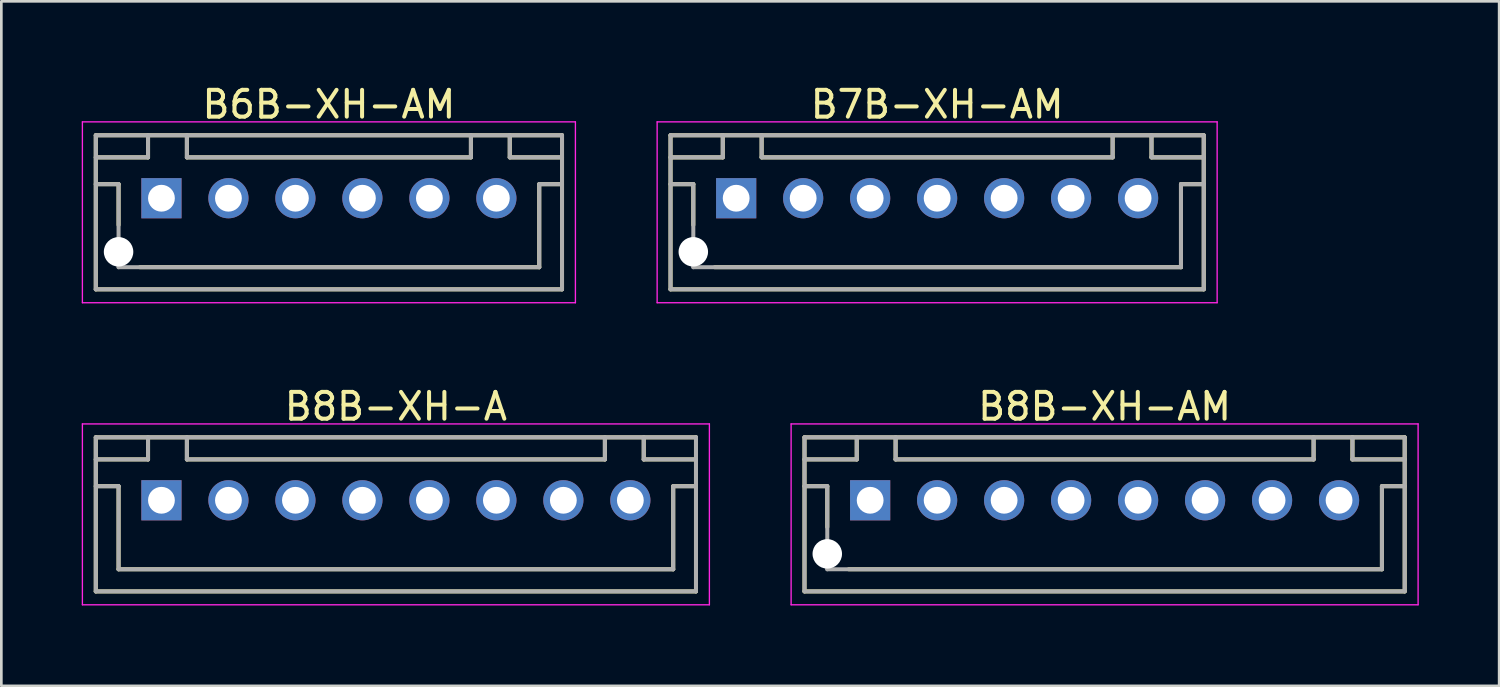
<source format=kicad_pcb>
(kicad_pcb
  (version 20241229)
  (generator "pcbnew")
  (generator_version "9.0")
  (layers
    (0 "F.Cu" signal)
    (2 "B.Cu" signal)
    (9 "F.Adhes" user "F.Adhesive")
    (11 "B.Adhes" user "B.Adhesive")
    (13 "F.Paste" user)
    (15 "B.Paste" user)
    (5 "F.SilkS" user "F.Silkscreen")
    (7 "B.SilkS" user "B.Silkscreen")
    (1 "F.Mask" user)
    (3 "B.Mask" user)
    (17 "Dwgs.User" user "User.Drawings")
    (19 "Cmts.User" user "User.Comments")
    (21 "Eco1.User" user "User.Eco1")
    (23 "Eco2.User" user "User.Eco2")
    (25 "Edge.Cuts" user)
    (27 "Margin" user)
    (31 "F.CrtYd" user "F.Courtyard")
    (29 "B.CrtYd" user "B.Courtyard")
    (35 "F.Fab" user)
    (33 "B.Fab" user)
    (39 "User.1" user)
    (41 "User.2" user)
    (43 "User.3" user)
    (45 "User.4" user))
  (footprint "B6B-XH-AM"
    (layer "F.Cu")
    (at 9.225 4.348)
    (property "Reference" "B6B-XH-AM" (at 0 -3.5 0) (layer "F.SilkS") (effects (font (size 1 1) (thickness 0.15))))
    (attr smd)
    (fp_line (start -8.7 -2.35) (end -8.7 3.4) (stroke (width 0.15) (type solid)) (layer "F.SilkS"))
    (fp_line (start -8.7 -2.35) (end 8.7 -2.35) (stroke (width 0.15) (type solid)) (layer "F.SilkS"))
    (fp_line (start -8.7 -1.525) (end -6.75 -1.525) (stroke (width 0.15) (type solid)) (layer "F.SilkS"))
    (fp_line (start -8.7 -0.525) (end -7.85 -0.525) (stroke (width 0.15) (type solid)) (layer "F.SilkS"))
    (fp_line (start -8.7 3.4) (end 8.7 3.4) (stroke (width 0.15) (type solid)) (layer "F.SilkS"))
    (fp_line (start -7.85 -0.525) (end -7.85 1) (stroke (width 0.15) (type solid)) (layer "F.SilkS"))
    (fp_line (start -7.05 2.575) (end 7.85 2.575) (stroke (width 0.15) (type solid)) (layer "F.SilkS"))
    (fp_line (start -6.75 -2.35) (end -6.75 -1.525) (stroke (width 0.15) (type solid)) (layer "F.SilkS"))
    (fp_line (start -5.3 -2.35) (end -5.3 -1.525) (stroke (width 0.15) (type solid)) (layer "F.SilkS"))
    (fp_line (start -5.3 -1.525) (end 5.3 -1.525) (stroke (width 0.15) (type solid)) (layer "F.SilkS"))
    (fp_line (start 5.3 -2.35) (end 5.3 -1.525) (stroke (width 0.15) (type solid)) (layer "F.SilkS"))
    (fp_line (start 6.75 -2.35) (end 6.75 -1.525) (stroke (width 0.15) (type solid)) (layer "F.SilkS"))
    (fp_line (start 6.75 -1.525) (end 8.7 -1.525) (stroke (width 0.15) (type solid)) (layer "F.SilkS"))
    (fp_line (start 7.85 -0.525) (end 7.85 2.575) (stroke (width 0.15) (type solid)) (layer "F.SilkS"))
    (fp_line (start 7.85 -0.525) (end 8.7 -0.525) (stroke (width 0.15) (type solid)) (layer "F.SilkS"))
    (fp_line (start 8.7 -2.35) (end 8.7 3.4) (stroke (width 0.15) (type solid)) (layer "F.SilkS"))
    (fp_line (start -9.2 -2.85) (end -9.2 3.9) (stroke (width 0.05) (type solid)) (layer "F.CrtYd"))
    (fp_line (start -9.2 -2.85) (end 9.2 -2.85) (stroke (width 0.05) (type solid)) (layer "F.CrtYd"))
    (fp_line (start -9.2 3.9) (end 9.2 3.9) (stroke (width 0.05) (type solid)) (layer "F.CrtYd"))
    (fp_line (start 9.2 -2.85) (end 9.2 3.9) (stroke (width 0.05) (type solid)) (layer "F.CrtYd"))
    (fp_line (start -8.7 -2.35) (end -8.7 3.4) (stroke (width 0.15) (type solid)) (layer "F.Fab"))
    (fp_line (start -8.7 -2.35) (end 8.7 -2.35) (stroke (width 0.15) (type solid)) (layer "F.Fab"))
    (fp_line (start -8.7 -1.525) (end -6.75 -1.525) (stroke (width 0.15) (type solid)) (layer "F.Fab"))
    (fp_line (start -8.7 -0.525) (end -7.85 -0.525) (stroke (width 0.15) (type solid)) (layer "F.Fab"))
    (fp_line (start -8.7 3.4) (end 8.7 3.4) (stroke (width 0.15) (type solid)) (layer "F.Fab"))
    (fp_line (start -7.85 -0.525) (end -7.85 2.575) (stroke (width 0.15) (type solid)) (layer "F.Fab"))
    (fp_line (start -7.85 2.575) (end 7.85 2.575) (stroke (width 0.15) (type solid)) (layer "F.Fab"))
    (fp_line (start -6.75 -2.35) (end -6.75 -1.525) (stroke (width 0.15) (type solid)) (layer "F.Fab"))
    (fp_line (start -5.3 -2.35) (end -5.3 -1.525) (stroke (width 0.15) (type solid)) (layer "F.Fab"))
    (fp_line (start -5.3 -1.525) (end 5.3 -1.525) (stroke (width 0.15) (type solid)) (layer "F.Fab"))
    (fp_line (start 5.3 -2.35) (end 5.3 -1.525) (stroke (width 0.15) (type solid)) (layer "F.Fab"))
    (fp_line (start 6.75 -2.35) (end 6.75 -1.525) (stroke (width 0.15) (type solid)) (layer "F.Fab"))
    (fp_line (start 6.75 -1.525) (end 8.7 -1.525) (stroke (width 0.15) (type solid)) (layer "F.Fab"))
    (fp_line (start 7.85 -0.525) (end 7.85 2.575) (stroke (width 0.15) (type solid)) (layer "F.Fab"))
    (fp_line (start 7.85 -0.525) (end 8.7 -0.525) (stroke (width 0.15) (type solid)) (layer "F.Fab"))
    (fp_line (start 8.7 -2.35) (end 8.7 3.4) (stroke (width 0.15) (type solid)) (layer "F.Fab"))
    (pad "" np_thru_hole circle (at -7.85 2) (size 1.1 1.1) (drill 1.1) (layers "*.Cu" "*.Mask"))
    (pad "1" thru_hole rect (at -6.25 0) (size 1.5 1.5) (drill 1) (layers "*.Cu" "*.Mask"))
    (pad "2" thru_hole circle (at -3.75 0) (size 1.5 1.5) (drill 1) (layers "*.Cu" "*.Mask"))
    (pad "3" thru_hole circle (at -1.25 0) (size 1.5 1.5) (drill 1) (layers "*.Cu" "*.Mask"))
    (pad "4" thru_hole circle (at 1.25 0) (size 1.5 1.5) (drill 1) (layers "*.Cu" "*.Mask"))
    (pad "5" thru_hole circle (at 3.75 0) (size 1.5 1.5) (drill 1) (layers "*.Cu" "*.Mask"))
    (pad "6" thru_hole circle (at 6.25 0) (size 1.5 1.5) (drill 1) (layers "*.Cu" "*.Mask")))
  (footprint "B8B-XH-A"
    (layer "F.Cu")
    (at 11.725 15.621)
    (property "Reference" "B8B-XH-A" (at 0 -3.5 0) (layer "F.SilkS") (effects (font (size 1 1) (thickness 0.15))))
    (attr smd)
    (fp_line (start -11.2 -2.35) (end -11.2 3.4) (stroke (width 0.15) (type solid)) (layer "F.SilkS"))
    (fp_line (start -11.2 -2.35) (end 11.2 -2.35) (stroke (width 0.15) (type solid)) (layer "F.SilkS"))
    (fp_line (start -11.2 -1.525) (end -9.25 -1.525) (stroke (width 0.15) (type solid)) (layer "F.SilkS"))
    (fp_line (start -11.2 -0.525) (end -10.35 -0.525) (stroke (width 0.15) (type solid)) (layer "F.SilkS"))
    (fp_line (start -11.2 3.4) (end 11.2 3.4) (stroke (width 0.15) (type solid)) (layer "F.SilkS"))
    (fp_line (start -10.35 -0.525) (end -10.35 2.575) (stroke (width 0.15) (type solid)) (layer "F.SilkS"))
    (fp_line (start -10.35 2.575) (end 10.35 2.575) (stroke (width 0.15) (type solid)) (layer "F.SilkS"))
    (fp_line (start -9.25 -2.35) (end -9.25 -1.525) (stroke (width 0.15) (type solid)) (layer "F.SilkS"))
    (fp_line (start -7.8 -2.35) (end -7.8 -1.525) (stroke (width 0.15) (type solid)) (layer "F.SilkS"))
    (fp_line (start -7.8 -1.525) (end 7.8 -1.525) (stroke (width 0.15) (type solid)) (layer "F.SilkS"))
    (fp_line (start 7.8 -2.35) (end 7.8 -1.525) (stroke (width 0.15) (type solid)) (layer "F.SilkS"))
    (fp_line (start 9.25 -2.35) (end 9.25 -1.525) (stroke (width 0.15) (type solid)) (layer "F.SilkS"))
    (fp_line (start 9.25 -1.525) (end 11.2 -1.525) (stroke (width 0.15) (type solid)) (layer "F.SilkS"))
    (fp_line (start 10.35 -0.525) (end 10.35 2.575) (stroke (width 0.15) (type solid)) (layer "F.SilkS"))
    (fp_line (start 10.35 -0.525) (end 11.2 -0.525) (stroke (width 0.15) (type solid)) (layer "F.SilkS"))
    (fp_line (start 11.2 -2.35) (end 11.2 3.4) (stroke (width 0.15) (type solid)) (layer "F.SilkS"))
    (fp_line (start -11.7 -2.85) (end -11.7 3.9) (stroke (width 0.05) (type solid)) (layer "F.CrtYd"))
    (fp_line (start -11.7 -2.85) (end 11.7 -2.85) (stroke (width 0.05) (type solid)) (layer "F.CrtYd"))
    (fp_line (start -11.7 3.9) (end 11.7 3.9) (stroke (width 0.05) (type solid)) (layer "F.CrtYd"))
    (fp_line (start 11.7 -2.85) (end 11.7 3.9) (stroke (width 0.05) (type solid)) (layer "F.CrtYd"))
    (fp_line (start -11.2 -2.35) (end -11.2 3.4) (stroke (width 0.15) (type solid)) (layer "F.Fab"))
    (fp_line (start -11.2 -2.35) (end 11.2 -2.35) (stroke (width 0.15) (type solid)) (layer "F.Fab"))
    (fp_line (start -11.2 -1.525) (end -9.25 -1.525) (stroke (width 0.15) (type solid)) (layer "F.Fab"))
    (fp_line (start -11.2 -0.525) (end -10.35 -0.525) (stroke (width 0.15) (type solid)) (layer "F.Fab"))
    (fp_line (start -11.2 3.4) (end 11.2 3.4) (stroke (width 0.15) (type solid)) (layer "F.Fab"))
    (fp_line (start -10.35 -0.525) (end -10.35 2.575) (stroke (width 0.15) (type solid)) (layer "F.Fab"))
    (fp_line (start -10.35 2.575) (end 10.35 2.575) (stroke (width 0.15) (type solid)) (layer "F.Fab"))
    (fp_line (start -9.25 -2.35) (end -9.25 -1.525) (stroke (width 0.15) (type solid)) (layer "F.Fab"))
    (fp_line (start -7.8 -2.35) (end -7.8 -1.525) (stroke (width 0.15) (type solid)) (layer "F.Fab"))
    (fp_line (start -7.8 -1.525) (end 7.8 -1.525) (stroke (width 0.15) (type solid)) (layer "F.Fab"))
    (fp_line (start 7.8 -2.35) (end 7.8 -1.525) (stroke (width 0.15) (type solid)) (layer "F.Fab"))
    (fp_line (start 9.25 -2.35) (end 9.25 -1.525) (stroke (width 0.15) (type solid)) (layer "F.Fab"))
    (fp_line (start 9.25 -1.525) (end 11.2 -1.525) (stroke (width 0.15) (type solid)) (layer "F.Fab"))
    (fp_line (start 10.35 -0.525) (end 10.35 2.575) (stroke (width 0.15) (type solid)) (layer "F.Fab"))
    (fp_line (start 10.35 -0.525) (end 11.2 -0.525) (stroke (width 0.15) (type solid)) (layer "F.Fab"))
    (fp_line (start 11.2 -2.35) (end 11.2 3.4) (stroke (width 0.15) (type solid)) (layer "F.Fab"))
    (pad "1" thru_hole rect (at -8.75 0) (size 1.5 1.5) (drill 1) (layers "*.Cu" "*.Mask"))
    (pad "2" thru_hole circle (at -6.25 0) (size 1.5 1.5) (drill 1) (layers "*.Cu" "*.Mask"))
    (pad "3" thru_hole circle (at -3.75 0) (size 1.5 1.5) (drill 1) (layers "*.Cu" "*.Mask"))
    (pad "4" thru_hole circle (at -1.25 0) (size 1.5 1.5) (drill 1) (layers "*.Cu" "*.Mask"))
    (pad "5" thru_hole circle (at 1.25 0) (size 1.5 1.5) (drill 1) (layers "*.Cu" "*.Mask"))
    (pad "6" thru_hole circle (at 3.75 0) (size 1.5 1.5) (drill 1) (layers "*.Cu" "*.Mask"))
    (pad "7" thru_hole circle (at 6.25 0) (size 1.5 1.5) (drill 1) (layers "*.Cu" "*.Mask"))
    (pad "8" thru_hole circle (at 8.75 0) (size 1.5 1.5) (drill 1) (layers "*.Cu" "*.Mask")))
  (footprint "B7B-XH-AM"
    (layer "F.Cu")
    (at 31.925 4.348)
    (property "Reference" "B7B-XH-AM" (at 0 -3.5 0) (layer "F.SilkS") (effects (font (size 1 1) (thickness 0.15))))
    (attr smd)
    (fp_line (start -9.95 -2.35) (end -9.95 3.4) (stroke (width 0.15) (type solid)) (layer "F.SilkS"))
    (fp_line (start -9.95 -2.35) (end 9.95 -2.35) (stroke (width 0.15) (type solid)) (layer "F.SilkS"))
    (fp_line (start -9.95 -1.525) (end -8 -1.525) (stroke (width 0.15) (type solid)) (layer "F.SilkS"))
    (fp_line (start -9.95 -0.525) (end -9.1 -0.525) (stroke (width 0.15) (type solid)) (layer "F.SilkS"))
    (fp_line (start -9.95 3.4) (end 9.95 3.4) (stroke (width 0.15) (type solid)) (layer "F.SilkS"))
    (fp_line (start -9.1 -0.525) (end -9.1 1) (stroke (width 0.15) (type solid)) (layer "F.SilkS"))
    (fp_line (start -8.3 2.575) (end 9.1 2.575) (stroke (width 0.15) (type solid)) (layer "F.SilkS"))
    (fp_line (start -8 -2.35) (end -8 -1.525) (stroke (width 0.15) (type solid)) (layer "F.SilkS"))
    (fp_line (start -6.55 -2.35) (end -6.55 -1.525) (stroke (width 0.15) (type solid)) (layer "F.SilkS"))
    (fp_line (start -6.55 -1.525) (end 6.55 -1.525) (stroke (width 0.15) (type solid)) (layer "F.SilkS"))
    (fp_line (start 6.55 -2.35) (end 6.55 -1.525) (stroke (width 0.15) (type solid)) (layer "F.SilkS"))
    (fp_line (start 8 -2.35) (end 8 -1.525) (stroke (width 0.15) (type solid)) (layer "F.SilkS"))
    (fp_line (start 8 -1.525) (end 9.95 -1.525) (stroke (width 0.15) (type solid)) (layer "F.SilkS"))
    (fp_line (start 9.1 -0.525) (end 9.1 2.575) (stroke (width 0.15) (type solid)) (layer "F.SilkS"))
    (fp_line (start 9.1 -0.525) (end 9.95 -0.525) (stroke (width 0.15) (type solid)) (layer "F.SilkS"))
    (fp_line (start 9.95 -2.35) (end 9.95 3.4) (stroke (width 0.15) (type solid)) (layer "F.SilkS"))
    (fp_line (start -10.45 -2.85) (end -10.45 3.9) (stroke (width 0.05) (type solid)) (layer "F.CrtYd"))
    (fp_line (start -10.45 -2.85) (end 10.45 -2.85) (stroke (width 0.05) (type solid)) (layer "F.CrtYd"))
    (fp_line (start -10.45 3.9) (end 10.45 3.9) (stroke (width 0.05) (type solid)) (layer "F.CrtYd"))
    (fp_line (start 10.45 -2.85) (end 10.45 3.9) (stroke (width 0.05) (type solid)) (layer "F.CrtYd"))
    (fp_line (start -9.95 -2.35) (end -9.95 3.4) (stroke (width 0.15) (type solid)) (layer "F.Fab"))
    (fp_line (start -9.95 -2.35) (end 9.95 -2.35) (stroke (width 0.15) (type solid)) (layer "F.Fab"))
    (fp_line (start -9.95 -1.525) (end -8 -1.525) (stroke (width 0.15) (type solid)) (layer "F.Fab"))
    (fp_line (start -9.95 -0.525) (end -9.1 -0.525) (stroke (width 0.15) (type solid)) (layer "F.Fab"))
    (fp_line (start -9.95 3.4) (end 9.95 3.4) (stroke (width 0.15) (type solid)) (layer "F.Fab"))
    (fp_line (start -9.1 -0.525) (end -9.1 2.575) (stroke (width 0.15) (type solid)) (layer "F.Fab"))
    (fp_line (start -9.1 2.575) (end 9.1 2.575) (stroke (width 0.15) (type solid)) (layer "F.Fab"))
    (fp_line (start -8 -2.35) (end -8 -1.525) (stroke (width 0.15) (type solid)) (layer "F.Fab"))
    (fp_line (start -6.55 -2.35) (end -6.55 -1.525) (stroke (width 0.15) (type solid)) (layer "F.Fab"))
    (fp_line (start -6.55 -1.525) (end 6.55 -1.525) (stroke (width 0.15) (type solid)) (layer "F.Fab"))
    (fp_line (start 6.55 -2.35) (end 6.55 -1.525) (stroke (width 0.15) (type solid)) (layer "F.Fab"))
    (fp_line (start 8 -2.35) (end 8 -1.525) (stroke (width 0.15) (type solid)) (layer "F.Fab"))
    (fp_line (start 8 -1.525) (end 9.95 -1.525) (stroke (width 0.15) (type solid)) (layer "F.Fab"))
    (fp_line (start 9.1 -0.525) (end 9.1 2.575) (stroke (width 0.15) (type solid)) (layer "F.Fab"))
    (fp_line (start 9.1 -0.525) (end 9.95 -0.525) (stroke (width 0.15) (type solid)) (layer "F.Fab"))
    (fp_line (start 9.95 -2.35) (end 9.95 3.4) (stroke (width 0.15) (type solid)) (layer "F.Fab"))
    (pad "" np_thru_hole circle (at -9.1 2) (size 1.1 1.1) (drill 1.1) (layers "*.Cu" "*.Mask"))
    (pad "1" thru_hole rect (at -7.5 0) (size 1.5 1.5) (drill 1) (layers "*.Cu" "*.Mask"))
    (pad "2" thru_hole circle (at -5 0) (size 1.5 1.5) (drill 1) (layers "*.Cu" "*.Mask"))
    (pad "3" thru_hole circle (at -2.5 0) (size 1.5 1.5) (drill 1) (layers "*.Cu" "*.Mask"))
    (pad "4" thru_hole circle (at 0 0) (size 1.5 1.5) (drill 1) (layers "*.Cu" "*.Mask"))
    (pad "5" thru_hole circle (at 2.5 0) (size 1.5 1.5) (drill 1) (layers "*.Cu" "*.Mask"))
    (pad "6" thru_hole circle (at 5 0) (size 1.5 1.5) (drill 1) (layers "*.Cu" "*.Mask"))
    (pad "7" thru_hole circle (at 7.5 0) (size 1.5 1.5) (drill 1) (layers "*.Cu" "*.Mask")))
  (footprint "B8B-XH-AM"
    (layer "F.Cu")
    (at 38.175 15.621)
    (property "Reference" "B8B-XH-AM" (at 0 -3.5 0) (layer "F.SilkS") (effects (font (size 1 1) (thickness 0.15))))
    (attr smd)
    (fp_line (start -11.2 -2.35) (end -11.2 3.4) (stroke (width 0.15) (type solid)) (layer "F.SilkS"))
    (fp_line (start -11.2 -2.35) (end 11.2 -2.35) (stroke (width 0.15) (type solid)) (layer "F.SilkS"))
    (fp_line (start -11.2 -1.525) (end -9.25 -1.525) (stroke (width 0.15) (type solid)) (layer "F.SilkS"))
    (fp_line (start -11.2 -0.525) (end -10.35 -0.525) (stroke (width 0.15) (type solid)) (layer "F.SilkS"))
    (fp_line (start -11.2 3.4) (end 11.2 3.4) (stroke (width 0.15) (type solid)) (layer "F.SilkS"))
    (fp_line (start -10.35 -0.525) (end -10.35 1) (stroke (width 0.15) (type solid)) (layer "F.SilkS"))
    (fp_line (start -9.55 2.575) (end 10.35 2.575) (stroke (width 0.15) (type solid)) (layer "F.SilkS"))
    (fp_line (start -9.25 -2.35) (end -9.25 -1.525) (stroke (width 0.15) (type solid)) (layer "F.SilkS"))
    (fp_line (start -7.8 -2.35) (end -7.8 -1.525) (stroke (width 0.15) (type solid)) (layer "F.SilkS"))
    (fp_line (start -7.8 -1.525) (end 7.8 -1.525) (stroke (width 0.15) (type solid)) (layer "F.SilkS"))
    (fp_line (start 7.8 -2.35) (end 7.8 -1.525) (stroke (width 0.15) (type solid)) (layer "F.SilkS"))
    (fp_line (start 9.25 -2.35) (end 9.25 -1.525) (stroke (width 0.15) (type solid)) (layer "F.SilkS"))
    (fp_line (start 9.25 -1.525) (end 11.2 -1.525) (stroke (width 0.15) (type solid)) (layer "F.SilkS"))
    (fp_line (start 10.35 -0.525) (end 10.35 2.575) (stroke (width 0.15) (type solid)) (layer "F.SilkS"))
    (fp_line (start 10.35 -0.525) (end 11.2 -0.525) (stroke (width 0.15) (type solid)) (layer "F.SilkS"))
    (fp_line (start 11.2 -2.35) (end 11.2 3.4) (stroke (width 0.15) (type solid)) (layer "F.SilkS"))
    (fp_line (start -11.7 -2.85) (end -11.7 3.9) (stroke (width 0.05) (type solid)) (layer "F.CrtYd"))
    (fp_line (start -11.7 -2.85) (end 11.7 -2.85) (stroke (width 0.05) (type solid)) (layer "F.CrtYd"))
    (fp_line (start -11.7 3.9) (end 11.7 3.9) (stroke (width 0.05) (type solid)) (layer "F.CrtYd"))
    (fp_line (start 11.7 -2.85) (end 11.7 3.9) (stroke (width 0.05) (type solid)) (layer "F.CrtYd"))
    (fp_line (start -11.2 -2.35) (end -11.2 3.4) (stroke (width 0.15) (type solid)) (layer "F.Fab"))
    (fp_line (start -11.2 -2.35) (end 11.2 -2.35) (stroke (width 0.15) (type solid)) (layer "F.Fab"))
    (fp_line (start -11.2 -1.525) (end -9.25 -1.525) (stroke (width 0.15) (type solid)) (layer "F.Fab"))
    (fp_line (start -11.2 -0.525) (end -10.35 -0.525) (stroke (width 0.15) (type solid)) (layer "F.Fab"))
    (fp_line (start -11.2 3.4) (end 11.2 3.4) (stroke (width 0.15) (type solid)) (layer "F.Fab"))
    (fp_line (start -10.35 -0.525) (end -10.35 2.575) (stroke (width 0.15) (type solid)) (layer "F.Fab"))
    (fp_line (start -10.35 2.575) (end 10.35 2.575) (stroke (width 0.15) (type solid)) (layer "F.Fab"))
    (fp_line (start -9.25 -2.35) (end -9.25 -1.525) (stroke (width 0.15) (type solid)) (layer "F.Fab"))
    (fp_line (start -7.8 -2.35) (end -7.8 -1.525) (stroke (width 0.15) (type solid)) (layer "F.Fab"))
    (fp_line (start -7.8 -1.525) (end 7.8 -1.525) (stroke (width 0.15) (type solid)) (layer "F.Fab"))
    (fp_line (start 7.8 -2.35) (end 7.8 -1.525) (stroke (width 0.15) (type solid)) (layer "F.Fab"))
    (fp_line (start 9.25 -2.35) (end 9.25 -1.525) (stroke (width 0.15) (type solid)) (layer "F.Fab"))
    (fp_line (start 9.25 -1.525) (end 11.2 -1.525) (stroke (width 0.15) (type solid)) (layer "F.Fab"))
    (fp_line (start 10.35 -0.525) (end 10.35 2.575) (stroke (width 0.15) (type solid)) (layer "F.Fab"))
    (fp_line (start 10.35 -0.525) (end 11.2 -0.525) (stroke (width 0.15) (type solid)) (layer "F.Fab"))
    (fp_line (start 11.2 -2.35) (end 11.2 3.4) (stroke (width 0.15) (type solid)) (layer "F.Fab"))
    (pad "" np_thru_hole circle (at -10.35 2) (size 1.1 1.1) (drill 1.1) (layers "*.Cu" "*.Mask"))
    (pad "1" thru_hole rect (at -8.75 0) (size 1.5 1.5) (drill 1) (layers "*.Cu" "*.Mask"))
    (pad "2" thru_hole circle (at -6.25 0) (size 1.5 1.5) (drill 1) (layers "*.Cu" "*.Mask"))
    (pad "3" thru_hole circle (at -3.75 0) (size 1.5 1.5) (drill 1) (layers "*.Cu" "*.Mask"))
    (pad "4" thru_hole circle (at -1.25 0) (size 1.5 1.5) (drill 1) (layers "*.Cu" "*.Mask"))
    (pad "5" thru_hole circle (at 1.25 0) (size 1.5 1.5) (drill 1) (layers "*.Cu" "*.Mask"))
    (pad "6" thru_hole circle (at 3.75 0) (size 1.5 1.5) (drill 1) (layers "*.Cu" "*.Mask"))
    (pad "7" thru_hole circle (at 6.25 0) (size 1.5 1.5) (drill 1) (layers "*.Cu" "*.Mask"))
    (pad "8" thru_hole circle (at 8.75 0) (size 1.5 1.5) (drill 1) (layers "*.Cu" "*.Mask")))
  (gr_rect
    (start -3 -3)
    (end 52.9 22.547)
    (stroke (width 0.1) (type default))
    (fill no)
    (layer "Edge.Cuts")))
</source>
